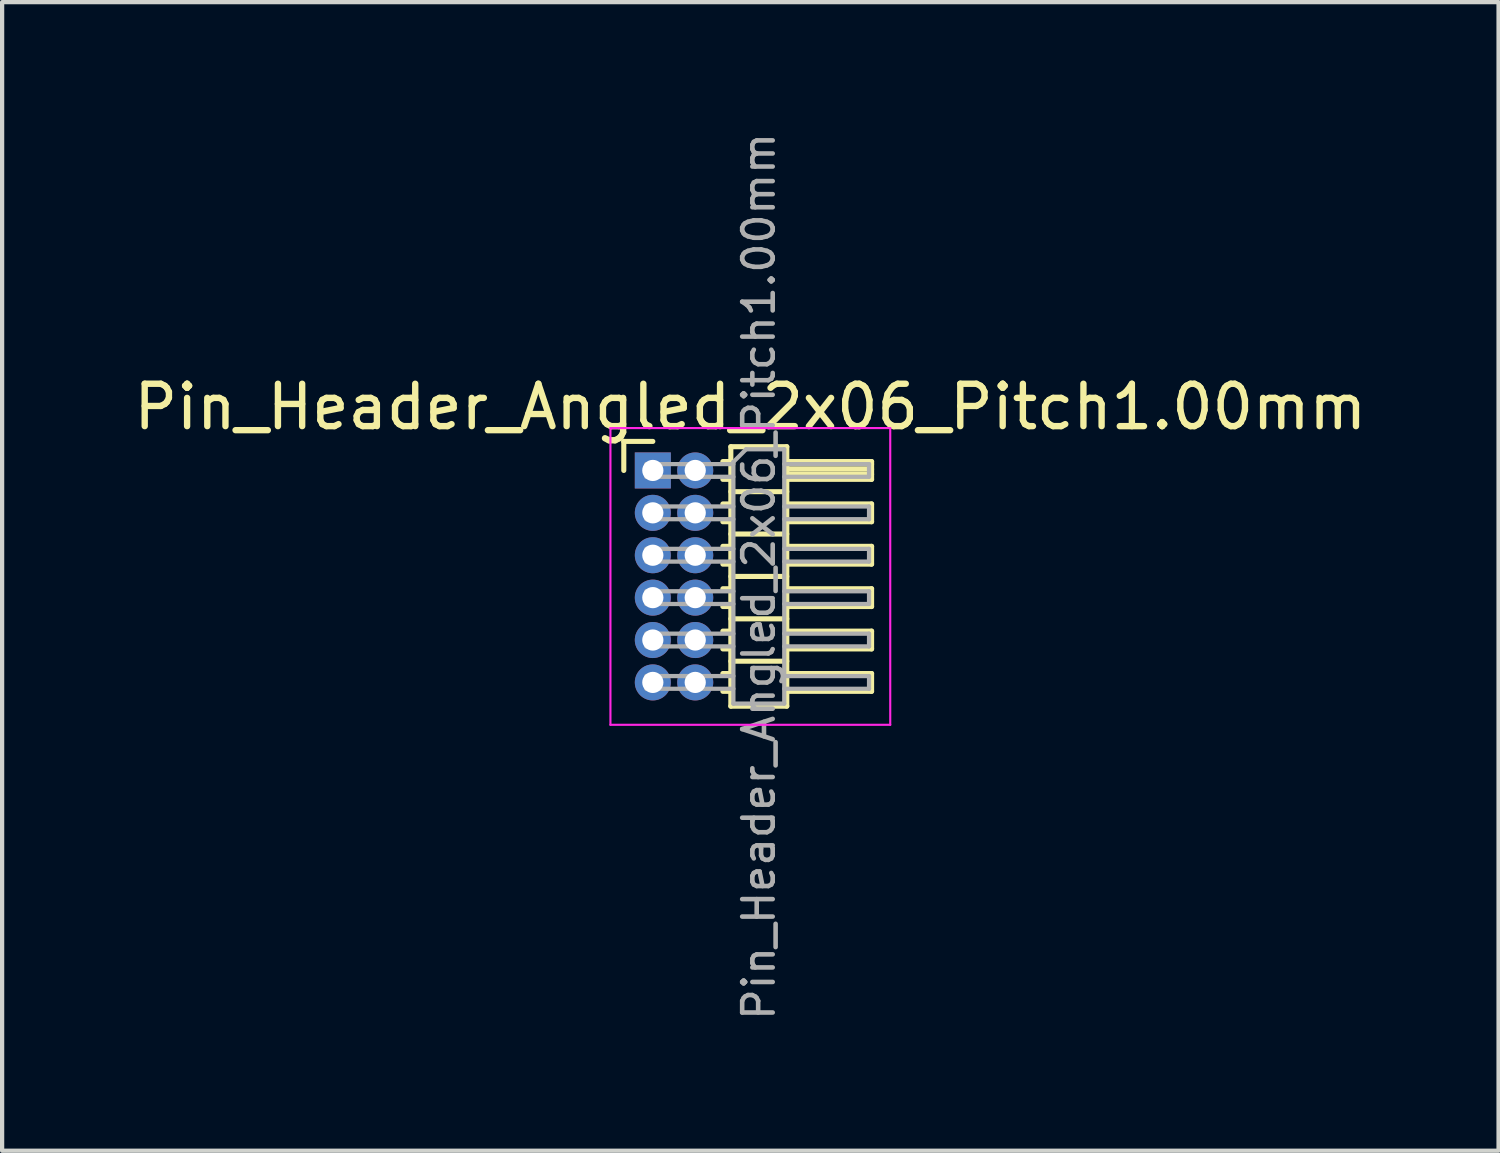
<source format=kicad_pcb>
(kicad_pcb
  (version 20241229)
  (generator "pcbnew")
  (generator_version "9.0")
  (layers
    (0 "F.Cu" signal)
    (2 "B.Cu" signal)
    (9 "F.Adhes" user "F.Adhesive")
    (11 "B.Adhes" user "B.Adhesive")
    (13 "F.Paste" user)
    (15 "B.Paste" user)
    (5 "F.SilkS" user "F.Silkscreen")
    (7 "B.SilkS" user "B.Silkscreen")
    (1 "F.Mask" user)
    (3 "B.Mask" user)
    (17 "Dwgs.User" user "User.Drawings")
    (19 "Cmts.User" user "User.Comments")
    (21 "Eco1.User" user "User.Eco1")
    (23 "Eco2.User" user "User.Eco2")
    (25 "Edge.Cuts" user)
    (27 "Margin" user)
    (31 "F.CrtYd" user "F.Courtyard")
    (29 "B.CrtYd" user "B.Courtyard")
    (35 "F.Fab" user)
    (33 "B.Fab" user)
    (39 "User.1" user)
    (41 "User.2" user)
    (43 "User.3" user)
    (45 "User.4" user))
  (footprint "Pin_Header_Angled_2x06_Pitch1.00mm"
    (layer "F.Cu")
    (at 12.349 8.047)
    (property "Reference" "Pin_Header_Angled_2x06_Pitch1.00mm" (at 2.3 -1.5 0) (layer "F.SilkS") (effects (font (size 1 1) (thickness 0.15))))
    (attr through_hole)
    (fp_line (start -0.685 -0.685) (end 0 -0.685) (stroke (width 0.12) (type solid)) (layer "F.SilkS"))
    (fp_line (start -0.685 0) (end -0.685 -0.685) (stroke (width 0.12) (type solid)) (layer "F.SilkS"))
    (fp_line (start 1.652 -0.21) (end 1.84 -0.21) (stroke (width 0.12) (type solid)) (layer "F.SilkS"))
    (fp_line (start 1.652 0.21) (end 1.84 0.21) (stroke (width 0.12) (type solid)) (layer "F.SilkS"))
    (fp_line (start 1.652 0.79) (end 1.84 0.79) (stroke (width 0.12) (type solid)) (layer "F.SilkS"))
    (fp_line (start 1.652 1.21) (end 1.84 1.21) (stroke (width 0.12) (type solid)) (layer "F.SilkS"))
    (fp_line (start 1.652 1.79) (end 1.84 1.79) (stroke (width 0.12) (type solid)) (layer "F.SilkS"))
    (fp_line (start 1.652 2.21) (end 1.84 2.21) (stroke (width 0.12) (type solid)) (layer "F.SilkS"))
    (fp_line (start 1.652 2.79) (end 1.84 2.79) (stroke (width 0.12) (type solid)) (layer "F.SilkS"))
    (fp_line (start 1.652 3.21) (end 1.84 3.21) (stroke (width 0.12) (type solid)) (layer "F.SilkS"))
    (fp_line (start 1.652 3.79) (end 1.84 3.79) (stroke (width 0.12) (type solid)) (layer "F.SilkS"))
    (fp_line (start 1.652 4.21) (end 1.84 4.21) (stroke (width 0.12) (type solid)) (layer "F.SilkS"))
    (fp_line (start 1.652 4.79) (end 1.84 4.79) (stroke (width 0.12) (type solid)) (layer "F.SilkS"))
    (fp_line (start 1.652 5.21) (end 1.84 5.21) (stroke (width 0.12) (type solid)) (layer "F.SilkS"))
    (fp_line (start 1.84 -0.56) (end 1.84 5.56) (stroke (width 0.12) (type solid)) (layer "F.SilkS"))
    (fp_line (start 1.84 0.5) (end 3.16 0.5) (stroke (width 0.12) (type solid)) (layer "F.SilkS"))
    (fp_line (start 1.84 1.5) (end 3.16 1.5) (stroke (width 0.12) (type solid)) (layer "F.SilkS"))
    (fp_line (start 1.84 2.5) (end 3.16 2.5) (stroke (width 0.12) (type solid)) (layer "F.SilkS"))
    (fp_line (start 1.84 3.5) (end 3.16 3.5) (stroke (width 0.12) (type solid)) (layer "F.SilkS"))
    (fp_line (start 1.84 4.5) (end 3.16 4.5) (stroke (width 0.12) (type solid)) (layer "F.SilkS"))
    (fp_line (start 1.84 5.56) (end 3.16 5.56) (stroke (width 0.12) (type solid)) (layer "F.SilkS"))
    (fp_line (start 3.16 -0.56) (end 1.84 -0.56) (stroke (width 0.12) (type solid)) (layer "F.SilkS"))
    (fp_line (start 3.16 -0.21) (end 5.16 -0.21) (stroke (width 0.12) (type solid)) (layer "F.SilkS"))
    (fp_line (start 3.16 -0.15) (end 5.16 -0.15) (stroke (width 0.12) (type solid)) (layer "F.SilkS"))
    (fp_line (start 3.16 -0.03) (end 5.16 -0.03) (stroke (width 0.12) (type solid)) (layer "F.SilkS"))
    (fp_line (start 3.16 0.09) (end 5.16 0.09) (stroke (width 0.12) (type solid)) (layer "F.SilkS"))
    (fp_line (start 3.16 0.79) (end 5.16 0.79) (stroke (width 0.12) (type solid)) (layer "F.SilkS"))
    (fp_line (start 3.16 1.79) (end 5.16 1.79) (stroke (width 0.12) (type solid)) (layer "F.SilkS"))
    (fp_line (start 3.16 2.79) (end 5.16 2.79) (stroke (width 0.12) (type solid)) (layer "F.SilkS"))
    (fp_line (start 3.16 3.79) (end 5.16 3.79) (stroke (width 0.12) (type solid)) (layer "F.SilkS"))
    (fp_line (start 3.16 4.79) (end 5.16 4.79) (stroke (width 0.12) (type solid)) (layer "F.SilkS"))
    (fp_line (start 3.16 5.56) (end 3.16 -0.56) (stroke (width 0.12) (type solid)) (layer "F.SilkS"))
    (fp_line (start 5.16 -0.21) (end 5.16 0.21) (stroke (width 0.12) (type solid)) (layer "F.SilkS"))
    (fp_line (start 5.16 0.21) (end 3.16 0.21) (stroke (width 0.12) (type solid)) (layer "F.SilkS"))
    (fp_line (start 5.16 0.79) (end 5.16 1.21) (stroke (width 0.12) (type solid)) (layer "F.SilkS"))
    (fp_line (start 5.16 1.21) (end 3.16 1.21) (stroke (width 0.12) (type solid)) (layer "F.SilkS"))
    (fp_line (start 5.16 1.79) (end 5.16 2.21) (stroke (width 0.12) (type solid)) (layer "F.SilkS"))
    (fp_line (start 5.16 2.21) (end 3.16 2.21) (stroke (width 0.12) (type solid)) (layer "F.SilkS"))
    (fp_line (start 5.16 2.79) (end 5.16 3.21) (stroke (width 0.12) (type solid)) (layer "F.SilkS"))
    (fp_line (start 5.16 3.21) (end 3.16 3.21) (stroke (width 0.12) (type solid)) (layer "F.SilkS"))
    (fp_line (start 5.16 3.79) (end 5.16 4.21) (stroke (width 0.12) (type solid)) (layer "F.SilkS"))
    (fp_line (start 5.16 4.21) (end 3.16 4.21) (stroke (width 0.12) (type solid)) (layer "F.SilkS"))
    (fp_line (start 5.16 4.79) (end 5.16 5.21) (stroke (width 0.12) (type solid)) (layer "F.SilkS"))
    (fp_line (start 5.16 5.21) (end 3.16 5.21) (stroke (width 0.12) (type solid)) (layer "F.SilkS"))
    (fp_line (start -1 -1) (end -1 6) (stroke (width 0.05) (type solid)) (layer "F.CrtYd"))
    (fp_line (start -1 6) (end 5.6 6) (stroke (width 0.05) (type solid)) (layer "F.CrtYd"))
    (fp_line (start 5.6 -1) (end -1 -1) (stroke (width 0.05) (type solid)) (layer "F.CrtYd"))
    (fp_line (start 5.6 6) (end 5.6 -1) (stroke (width 0.05) (type solid)) (layer "F.CrtYd"))
    (fp_line (start -0.15 -0.15) (end -0.15 0.15) (stroke (width 0.1) (type solid)) (layer "F.Fab"))
    (fp_line (start -0.15 -0.15) (end 1.9 -0.15) (stroke (width 0.1) (type solid)) (layer "F.Fab"))
    (fp_line (start -0.15 0.15) (end 1.9 0.15) (stroke (width 0.1) (type solid)) (layer "F.Fab"))
    (fp_line (start -0.15 0.85) (end -0.15 1.15) (stroke (width 0.1) (type solid)) (layer "F.Fab"))
    (fp_line (start -0.15 0.85) (end 1.9 0.85) (stroke (width 0.1) (type solid)) (layer "F.Fab"))
    (fp_line (start -0.15 1.15) (end 1.9 1.15) (stroke (width 0.1) (type solid)) (layer "F.Fab"))
    (fp_line (start -0.15 1.85) (end -0.15 2.15) (stroke (width 0.1) (type solid)) (layer "F.Fab"))
    (fp_line (start -0.15 1.85) (end 1.9 1.85) (stroke (width 0.1) (type solid)) (layer "F.Fab"))
    (fp_line (start -0.15 2.15) (end 1.9 2.15) (stroke (width 0.1) (type solid)) (layer "F.Fab"))
    (fp_line (start -0.15 2.85) (end -0.15 3.15) (stroke (width 0.1) (type solid)) (layer "F.Fab"))
    (fp_line (start -0.15 2.85) (end 1.9 2.85) (stroke (width 0.1) (type solid)) (layer "F.Fab"))
    (fp_line (start -0.15 3.15) (end 1.9 3.15) (stroke (width 0.1) (type solid)) (layer "F.Fab"))
    (fp_line (start -0.15 3.85) (end -0.15 4.15) (stroke (width 0.1) (type solid)) (layer "F.Fab"))
    (fp_line (start -0.15 3.85) (end 1.9 3.85) (stroke (width 0.1) (type solid)) (layer "F.Fab"))
    (fp_line (start -0.15 4.15) (end 1.9 4.15) (stroke (width 0.1) (type solid)) (layer "F.Fab"))
    (fp_line (start -0.15 4.85) (end -0.15 5.15) (stroke (width 0.1) (type solid)) (layer "F.Fab"))
    (fp_line (start -0.15 4.85) (end 1.9 4.85) (stroke (width 0.1) (type solid)) (layer "F.Fab"))
    (fp_line (start -0.15 5.15) (end 1.9 5.15) (stroke (width 0.1) (type solid)) (layer "F.Fab"))
    (fp_line (start 1.9 -0.2) (end 2.2 -0.5) (stroke (width 0.1) (type solid)) (layer "F.Fab"))
    (fp_line (start 1.9 5.5) (end 1.9 -0.2) (stroke (width 0.1) (type solid)) (layer "F.Fab"))
    (fp_line (start 2.2 -0.5) (end 3.1 -0.5) (stroke (width 0.1) (type solid)) (layer "F.Fab"))
    (fp_line (start 3.1 -0.5) (end 3.1 5.5) (stroke (width 0.1) (type solid)) (layer "F.Fab"))
    (fp_line (start 3.1 -0.15) (end 5.1 -0.15) (stroke (width 0.1) (type solid)) (layer "F.Fab"))
    (fp_line (start 3.1 0.15) (end 5.1 0.15) (stroke (width 0.1) (type solid)) (layer "F.Fab"))
    (fp_line (start 3.1 0.85) (end 5.1 0.85) (stroke (width 0.1) (type solid)) (layer "F.Fab"))
    (fp_line (start 3.1 1.15) (end 5.1 1.15) (stroke (width 0.1) (type solid)) (layer "F.Fab"))
    (fp_line (start 3.1 1.85) (end 5.1 1.85) (stroke (width 0.1) (type solid)) (layer "F.Fab"))
    (fp_line (start 3.1 2.15) (end 5.1 2.15) (stroke (width 0.1) (type solid)) (layer "F.Fab"))
    (fp_line (start 3.1 2.85) (end 5.1 2.85) (stroke (width 0.1) (type solid)) (layer "F.Fab"))
    (fp_line (start 3.1 3.15) (end 5.1 3.15) (stroke (width 0.1) (type solid)) (layer "F.Fab"))
    (fp_line (start 3.1 3.85) (end 5.1 3.85) (stroke (width 0.1) (type solid)) (layer "F.Fab"))
    (fp_line (start 3.1 4.15) (end 5.1 4.15) (stroke (width 0.1) (type solid)) (layer "F.Fab"))
    (fp_line (start 3.1 4.85) (end 5.1 4.85) (stroke (width 0.1) (type solid)) (layer "F.Fab"))
    (fp_line (start 3.1 5.15) (end 5.1 5.15) (stroke (width 0.1) (type solid)) (layer "F.Fab"))
    (fp_line (start 3.1 5.5) (end 1.9 5.5) (stroke (width 0.1) (type solid)) (layer "F.Fab"))
    (fp_line (start 5.1 -0.15) (end 5.1 0.15) (stroke (width 0.1) (type solid)) (layer "F.Fab"))
    (fp_line (start 5.1 0.85) (end 5.1 1.15) (stroke (width 0.1) (type solid)) (layer "F.Fab"))
    (fp_line (start 5.1 1.85) (end 5.1 2.15) (stroke (width 0.1) (type solid)) (layer "F.Fab"))
    (fp_line (start 5.1 2.85) (end 5.1 3.15) (stroke (width 0.1) (type solid)) (layer "F.Fab"))
    (fp_line (start 5.1 3.85) (end 5.1 4.15) (stroke (width 0.1) (type solid)) (layer "F.Fab"))
    (fp_line (start 5.1 4.85) (end 5.1 5.15) (stroke (width 0.1) (type solid)) (layer "F.Fab"))
    (fp_text user "${REFERENCE}" (at 2.5 2.5 90) (layer "F.Fab") (effects (font (size 0.72 0.72) (thickness 0.108))))
    (pad "1" thru_hole rect (at 0 0) (size 0.85 0.85) (drill 0.5) (layers "*.Cu" "*.Mask"))
    (pad "2" thru_hole oval (at 1 0) (size 0.85 0.85) (drill 0.5) (layers "*.Cu" "*.Mask"))
    (pad "3" thru_hole oval (at 0 1) (size 0.85 0.85) (drill 0.5) (layers "*.Cu" "*.Mask"))
    (pad "4" thru_hole oval (at 1 1) (size 0.85 0.85) (drill 0.5) (layers "*.Cu" "*.Mask"))
    (pad "5" thru_hole oval (at 0 2) (size 0.85 0.85) (drill 0.5) (layers "*.Cu" "*.Mask"))
    (pad "6" thru_hole oval (at 1 2) (size 0.85 0.85) (drill 0.5) (layers "*.Cu" "*.Mask"))
    (pad "7" thru_hole oval (at 0 3) (size 0.85 0.85) (drill 0.5) (layers "*.Cu" "*.Mask"))
    (pad "8" thru_hole oval (at 1 3) (size 0.85 0.85) (drill 0.5) (layers "*.Cu" "*.Mask"))
    (pad "9" thru_hole oval (at 0 4) (size 0.85 0.85) (drill 0.5) (layers "*.Cu" "*.Mask"))
    (pad "10" thru_hole oval (at 1 4) (size 0.85 0.85) (drill 0.5) (layers "*.Cu" "*.Mask"))
    (pad "11" thru_hole oval (at 0 5) (size 0.85 0.85) (drill 0.5) (layers "*.Cu" "*.Mask"))
    (pad "12" thru_hole oval (at 1 5) (size 0.85 0.85) (drill 0.5) (layers "*.Cu" "*.Mask")))
  (gr_rect
    (start -3 -3)
    (end 32.298 24.094)
    (stroke (width 0.1) (type default))
    (fill no)
    (layer "Edge.Cuts")))
</source>
